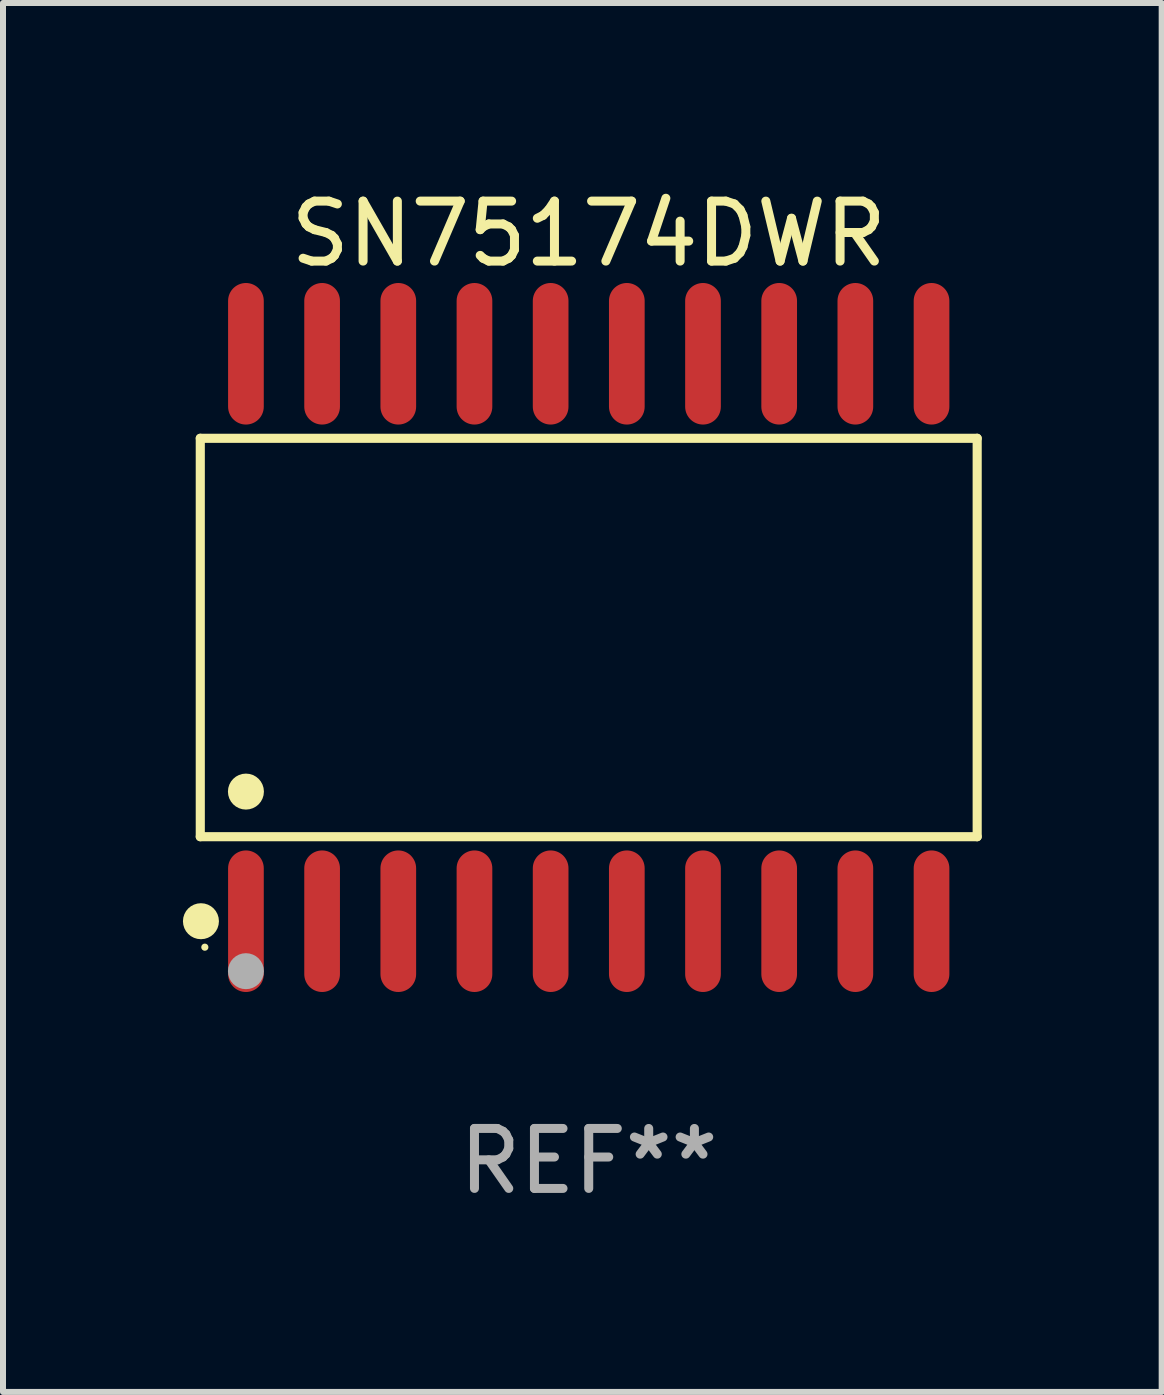
<source format=kicad_pcb>
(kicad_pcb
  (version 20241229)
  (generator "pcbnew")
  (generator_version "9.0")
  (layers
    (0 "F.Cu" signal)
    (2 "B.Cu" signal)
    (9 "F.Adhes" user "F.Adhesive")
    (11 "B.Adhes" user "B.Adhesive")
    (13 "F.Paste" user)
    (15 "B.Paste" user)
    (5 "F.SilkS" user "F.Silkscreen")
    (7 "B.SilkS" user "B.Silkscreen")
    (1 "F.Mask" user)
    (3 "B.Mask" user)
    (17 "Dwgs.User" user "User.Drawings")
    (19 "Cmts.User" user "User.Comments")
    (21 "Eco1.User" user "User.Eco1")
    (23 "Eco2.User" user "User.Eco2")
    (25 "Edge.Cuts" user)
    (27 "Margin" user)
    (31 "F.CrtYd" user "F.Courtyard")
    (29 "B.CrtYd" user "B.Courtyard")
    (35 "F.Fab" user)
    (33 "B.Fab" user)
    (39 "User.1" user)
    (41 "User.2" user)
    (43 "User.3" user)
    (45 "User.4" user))
  (footprint "SN75174DWR"
    (layer "F.Cu")
    (at 6.765 7.578)
    (property "Reference" "SN75174DWR" (at 0 -6.73 0) (layer "F.SilkS") (effects (font (size 1 1) (thickness 0.15))))
    (attr through_hole)
    (fp_line (start -6.476 -3.321) (end 6.476 -3.321) (stroke (width 0.152) (type solid)) (layer "F.SilkS"))
    (fp_line (start -6.476 3.321) (end -6.476 -3.321) (stroke (width 0.152) (type solid)) (layer "F.SilkS"))
    (fp_line (start 6.476 -3.321) (end 6.476 3.321) (stroke (width 0.152) (type solid)) (layer "F.SilkS"))
    (fp_line (start 6.476 3.321) (end -6.476 3.321) (stroke (width 0.152) (type solid)) (layer "F.SilkS"))
    (fp_circle (center -6.465 4.73) (end -6.315 4.73) (stroke (width 0.3) (type solid)) (fill no) (layer "F.SilkS"))
    (fp_circle (center -6.4 5.163) (end -6.37 5.163) (stroke (width 0.06) (type solid)) (fill no) (layer "F.SilkS"))
    (fp_circle (center -5.715 2.569) (end -5.565 2.569) (stroke (width 0.3) (type solid)) (fill no) (layer "F.SilkS"))
    (fp_circle (center -5.715 5.563) (end -5.565 5.563) (stroke (width 0.3) (type solid)) (fill no) (layer "F.Fab"))
    (fp_text user "REF**" (at 0 8.73 0) (layer "F.Fab") (effects (font (size 1 1) (thickness 0.15))))
    (pad "1" smd oval (at -5.715 4.73) (size 0.595 2.36) (layers "F.Cu" "F.Mask" "F.Paste"))
    (pad "2" smd oval (at -4.445 4.73) (size 0.595 2.36) (layers "F.Cu" "F.Mask" "F.Paste"))
    (pad "3" smd oval (at -3.175 4.73) (size 0.595 2.36) (layers "F.Cu" "F.Mask" "F.Paste"))
    (pad "4" smd oval (at -1.905 4.73) (size 0.595 2.36) (layers "F.Cu" "F.Mask" "F.Paste"))
    (pad "5" smd oval (at -0.635 4.73) (size 0.595 2.36) (layers "F.Cu" "F.Mask" "F.Paste"))
    (pad "6" smd oval (at 0.635 4.73) (size 0.595 2.36) (layers "F.Cu" "F.Mask" "F.Paste"))
    (pad "7" smd oval (at 1.905 4.73) (size 0.595 2.36) (layers "F.Cu" "F.Mask" "F.Paste"))
    (pad "8" smd oval (at 3.175 4.73) (size 0.595 2.36) (layers "F.Cu" "F.Mask" "F.Paste"))
    (pad "9" smd oval (at 4.445 4.73) (size 0.595 2.36) (layers "F.Cu" "F.Mask" "F.Paste"))
    (pad "10" smd oval (at 5.715 4.73) (size 0.595 2.36) (layers "F.Cu" "F.Mask" "F.Paste"))
    (pad "11" smd oval (at 5.715 -4.73) (size 0.595 2.36) (layers "F.Cu" "F.Mask" "F.Paste"))
    (pad "12" smd oval (at 4.445 -4.73) (size 0.595 2.36) (layers "F.Cu" "F.Mask" "F.Paste"))
    (pad "13" smd oval (at 3.175 -4.73) (size 0.595 2.36) (layers "F.Cu" "F.Mask" "F.Paste"))
    (pad "14" smd oval (at 1.905 -4.73) (size 0.595 2.36) (layers "F.Cu" "F.Mask" "F.Paste"))
    (pad "15" smd oval (at 0.635 -4.73) (size 0.595 2.36) (layers "F.Cu" "F.Mask" "F.Paste"))
    (pad "16" smd oval (at -0.635 -4.73) (size 0.595 2.36) (layers "F.Cu" "F.Mask" "F.Paste"))
    (pad "17" smd oval (at -1.905 -4.73) (size 0.595 2.36) (layers "F.Cu" "F.Mask" "F.Paste"))
    (pad "18" smd oval (at -3.175 -4.73) (size 0.595 2.36) (layers "F.Cu" "F.Mask" "F.Paste"))
    (pad "19" smd oval (at -4.445 -4.73) (size 0.595 2.36) (layers "F.Cu" "F.Mask" "F.Paste"))
    (pad "20" smd oval (at -5.715 -4.73) (size 0.595 2.36) (layers "F.Cu" "F.Mask" "F.Paste")))
  (gr_rect
    (start -3 -3)
    (end 16.317 20.156)
    (stroke (width 0.1) (type default))
    (fill no)
    (layer "Edge.Cuts")))
</source>
